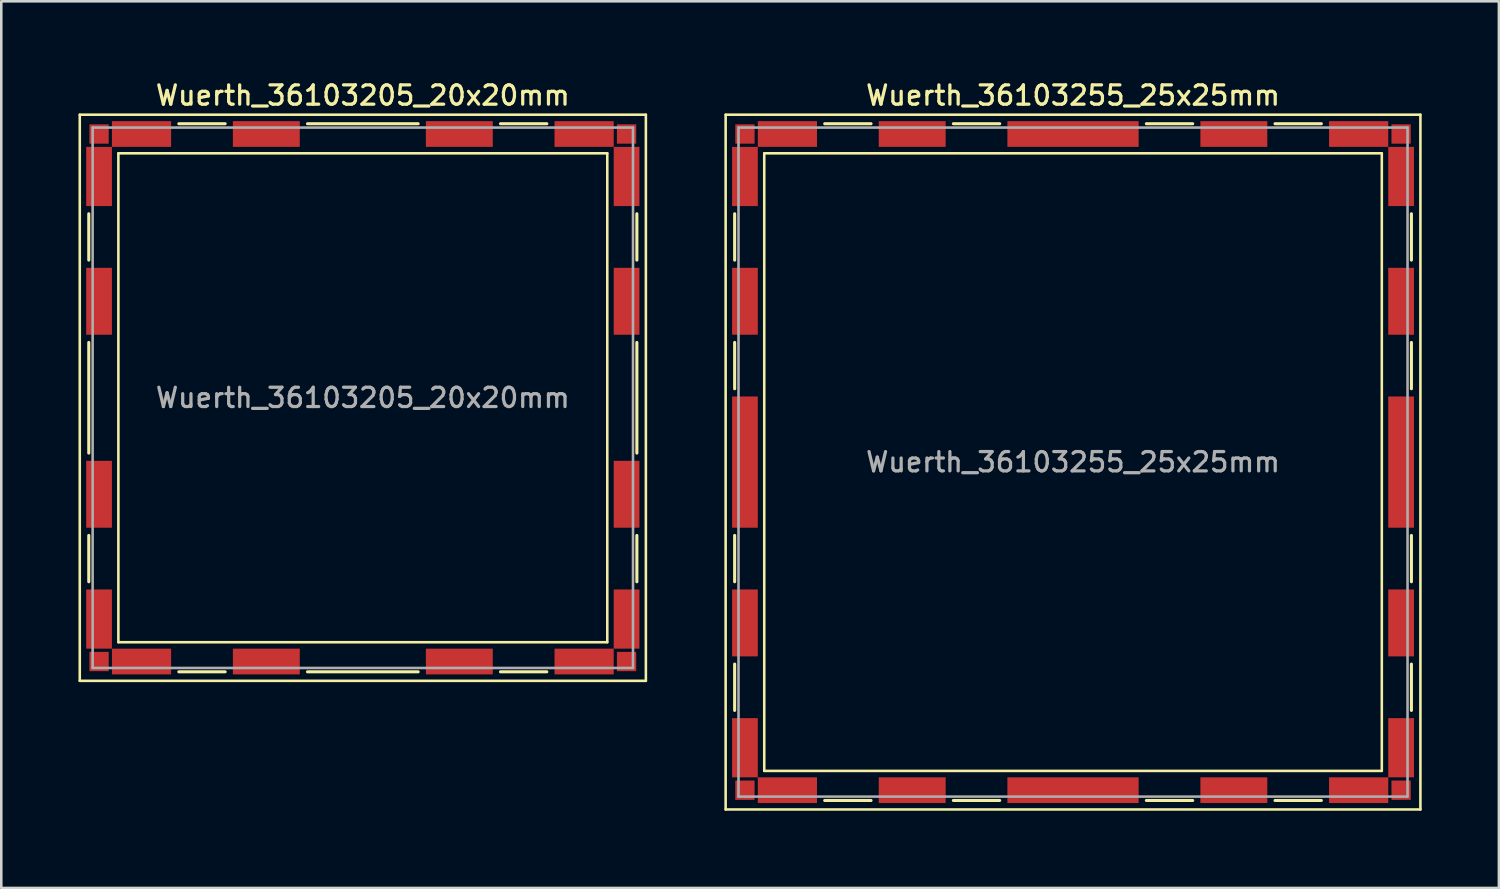
<source format=kicad_pcb>
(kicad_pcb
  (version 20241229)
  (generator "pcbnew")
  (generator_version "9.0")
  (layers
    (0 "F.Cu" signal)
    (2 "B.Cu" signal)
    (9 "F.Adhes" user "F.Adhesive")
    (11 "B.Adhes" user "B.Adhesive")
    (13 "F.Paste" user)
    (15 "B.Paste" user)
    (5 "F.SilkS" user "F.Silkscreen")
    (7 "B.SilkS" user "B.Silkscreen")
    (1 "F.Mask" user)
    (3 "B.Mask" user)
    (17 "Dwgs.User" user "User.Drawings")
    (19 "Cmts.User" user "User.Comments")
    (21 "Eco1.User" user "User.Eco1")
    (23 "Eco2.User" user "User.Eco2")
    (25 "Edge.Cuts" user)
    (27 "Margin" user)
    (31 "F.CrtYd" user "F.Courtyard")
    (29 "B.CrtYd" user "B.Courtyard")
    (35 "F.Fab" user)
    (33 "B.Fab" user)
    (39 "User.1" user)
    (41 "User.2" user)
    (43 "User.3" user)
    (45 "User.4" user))
  (footprint "Wuerth_36103205_20x20mm"
    (layer "F.Cu")
    (at 11.05 12.408)
    (property "Reference" "Wuerth_36103205_20x20mm" (at 0 -11.75 0) (layer "F.SilkS") (effects (font (size 0.75 0.75) (thickness 0.125))))
    (attr smd)
    (fp_line (start -11 -11) (end -11 11) (stroke (width 0.1) (type solid)) (layer "F.SilkS"))
    (fp_line (start -11 11) (end 11 11) (stroke (width 0.1) (type solid)) (layer "F.SilkS"))
    (fp_line (start -10.65 -7.15) (end -10.65 -5.35) (stroke (width 0.12) (type solid)) (layer "F.SilkS"))
    (fp_line (start -10.65 -2.15) (end -10.65 2.15) (stroke (width 0.12) (type solid)) (layer "F.SilkS"))
    (fp_line (start -10.65 5.35) (end -10.65 7.15) (stroke (width 0.12) (type solid)) (layer "F.SilkS"))
    (fp_line (start -9.5 -9.5) (end -9.5 9.5) (stroke (width 0.1) (type solid)) (layer "F.SilkS"))
    (fp_line (start -9.5 9.5) (end 9.5 9.5) (stroke (width 0.1) (type solid)) (layer "F.SilkS"))
    (fp_line (start -7.15 -10.65) (end -5.35 -10.65) (stroke (width 0.12) (type solid)) (layer "F.SilkS"))
    (fp_line (start -7.15 10.65) (end -5.35 10.65) (stroke (width 0.12) (type solid)) (layer "F.SilkS"))
    (fp_line (start -2.15 -10.65) (end 2.15 -10.65) (stroke (width 0.12) (type solid)) (layer "F.SilkS"))
    (fp_line (start -2.15 10.65) (end 2.15 10.65) (stroke (width 0.12) (type solid)) (layer "F.SilkS"))
    (fp_line (start 5.35 -10.65) (end 7.15 -10.65) (stroke (width 0.12) (type solid)) (layer "F.SilkS"))
    (fp_line (start 5.35 10.65) (end 7.15 10.65) (stroke (width 0.12) (type solid)) (layer "F.SilkS"))
    (fp_line (start 9.5 -9.5) (end -9.5 -9.5) (stroke (width 0.1) (type solid)) (layer "F.SilkS"))
    (fp_line (start 9.5 9.5) (end 9.5 -9.5) (stroke (width 0.1) (type solid)) (layer "F.SilkS"))
    (fp_line (start 10.65 -7.15) (end 10.65 -5.35) (stroke (width 0.12) (type solid)) (layer "F.SilkS"))
    (fp_line (start 10.65 -2.15) (end 10.65 2.15) (stroke (width 0.12) (type solid)) (layer "F.SilkS"))
    (fp_line (start 10.65 5.35) (end 10.65 7.15) (stroke (width 0.12) (type solid)) (layer "F.SilkS"))
    (fp_line (start 11 -11) (end -11 -11) (stroke (width 0.1) (type solid)) (layer "F.SilkS"))
    (fp_line (start 11 11) (end 11 -11) (stroke (width 0.1) (type solid)) (layer "F.SilkS"))
    (fp_line (start -10.5 -10.5) (end -10.5 10.5) (stroke (width 0.1) (type solid)) (layer "F.Fab"))
    (fp_line (start -10.5 10.5) (end 10.5 10.5) (stroke (width 0.1) (type solid)) (layer "F.Fab"))
    (fp_line (start 10.5 -10.5) (end -10.5 -10.5) (stroke (width 0.1) (type solid)) (layer "F.Fab"))
    (fp_line (start 10.5 10.5) (end 10.5 -10.5) (stroke (width 0.1) (type solid)) (layer "F.Fab"))
    (fp_text user "${REFERENCE}" (at 0 0 0) (layer "F.Fab") (effects (font (size 0.75 0.75) (thickness 0.125))))
    (pad "1" smd rect (at -10.25 -10.25) (size 0.75 0.75) (layers "F.Cu" "F.Mask" "F.Paste"))
    (pad "1" smd rect (at -10.25 -8.6) (size 1 2.3) (layers "F.Cu" "F.Mask" "F.Paste"))
    (pad "1" smd rect (at -10.25 -3.75) (size 1 2.6) (layers "F.Cu" "F.Mask" "F.Paste"))
    (pad "1" smd rect (at -10.25 3.75) (size 1 2.6) (layers "F.Cu" "F.Mask" "F.Paste"))
    (pad "1" smd rect (at -10.25 8.6) (size 1 2.3) (layers "F.Cu" "F.Mask" "F.Paste"))
    (pad "1" smd rect (at -10.25 10.25) (size 0.75 0.75) (layers "F.Cu" "F.Mask" "F.Paste"))
    (pad "1" smd rect (at -8.6 -10.25) (size 2.3 1) (layers "F.Cu" "F.Mask" "F.Paste"))
    (pad "1" smd rect (at -8.6 10.25) (size 2.3 1) (layers "F.Cu" "F.Mask" "F.Paste"))
    (pad "1" smd rect (at -3.75 -10.25) (size 2.6 1) (layers "F.Cu" "F.Mask" "F.Paste"))
    (pad "1" smd rect (at -3.75 10.25) (size 2.6 1) (layers "F.Cu" "F.Mask" "F.Paste"))
    (pad "1" smd rect (at 3.75 -10.25) (size 2.6 1) (layers "F.Cu" "F.Mask" "F.Paste"))
    (pad "1" smd rect (at 3.75 10.25) (size 2.6 1) (layers "F.Cu" "F.Mask" "F.Paste"))
    (pad "1" smd rect (at 8.6 -10.25) (size 2.3 1) (layers "F.Cu" "F.Mask" "F.Paste"))
    (pad "1" smd rect (at 8.6 10.25) (size 2.3 1) (layers "F.Cu" "F.Mask" "F.Paste"))
    (pad "1" smd rect (at 10.25 -10.25) (size 0.75 0.75) (layers "F.Cu" "F.Mask" "F.Paste"))
    (pad "1" smd rect (at 10.25 -8.6) (size 1 2.3) (layers "F.Cu" "F.Mask" "F.Paste"))
    (pad "1" smd rect (at 10.25 -3.75) (size 1 2.6) (layers "F.Cu" "F.Mask" "F.Paste"))
    (pad "1" smd rect (at 10.25 3.75) (size 1 2.6) (layers "F.Cu" "F.Mask" "F.Paste"))
    (pad "1" smd rect (at 10.25 8.6) (size 1 2.3) (layers "F.Cu" "F.Mask" "F.Paste"))
    (pad "1" smd rect (at 10.25 10.25) (size 0.75 0.75) (layers "F.Cu" "F.Mask" "F.Paste")))
  (footprint "Wuerth_36103255_25x25mm"
    (layer "F.Cu")
    (at 38.65 14.908)
    (property "Reference" "Wuerth_36103255_25x25mm" (at 0 -14.25 0) (layer "F.SilkS") (effects (font (size 0.75 0.75) (thickness 0.125))))
    (attr smd)
    (fp_line (start -13.5 -13.5) (end -13.5 13.5) (stroke (width 0.1) (type solid)) (layer "F.SilkS"))
    (fp_line (start -13.5 13.5) (end 13.5 13.5) (stroke (width 0.1) (type solid)) (layer "F.SilkS"))
    (fp_line (start -13.15 -9.65) (end -13.15 -7.85) (stroke (width 0.12) (type solid)) (layer "F.SilkS"))
    (fp_line (start -13.15 -4.65) (end -13.15 -2.85) (stroke (width 0.12) (type solid)) (layer "F.SilkS"))
    (fp_line (start -13.15 2.85) (end -13.15 4.65) (stroke (width 0.12) (type solid)) (layer "F.SilkS"))
    (fp_line (start -13.15 7.85) (end -13.15 9.65) (stroke (width 0.12) (type solid)) (layer "F.SilkS"))
    (fp_line (start -12 -12) (end -12 12) (stroke (width 0.1) (type solid)) (layer "F.SilkS"))
    (fp_line (start -12 12) (end 12 12) (stroke (width 0.1) (type solid)) (layer "F.SilkS"))
    (fp_line (start -9.65 -13.15) (end -7.85 -13.15) (stroke (width 0.12) (type solid)) (layer "F.SilkS"))
    (fp_line (start -9.65 13.15) (end -7.85 13.15) (stroke (width 0.12) (type solid)) (layer "F.SilkS"))
    (fp_line (start -4.65 -13.15) (end -2.85 -13.15) (stroke (width 0.12) (type solid)) (layer "F.SilkS"))
    (fp_line (start -4.65 13.15) (end -2.85 13.15) (stroke (width 0.12) (type solid)) (layer "F.SilkS"))
    (fp_line (start 2.85 -13.15) (end 4.65 -13.15) (stroke (width 0.12) (type solid)) (layer "F.SilkS"))
    (fp_line (start 2.85 13.15) (end 4.65 13.15) (stroke (width 0.12) (type solid)) (layer "F.SilkS"))
    (fp_line (start 7.85 -13.15) (end 9.65 -13.15) (stroke (width 0.12) (type solid)) (layer "F.SilkS"))
    (fp_line (start 7.85 13.15) (end 9.65 13.15) (stroke (width 0.12) (type solid)) (layer "F.SilkS"))
    (fp_line (start 12 -12) (end -12 -12) (stroke (width 0.1) (type solid)) (layer "F.SilkS"))
    (fp_line (start 12 12) (end 12 -12) (stroke (width 0.1) (type solid)) (layer "F.SilkS"))
    (fp_line (start 13.15 -9.65) (end 13.15 -7.85) (stroke (width 0.12) (type solid)) (layer "F.SilkS"))
    (fp_line (start 13.15 -4.65) (end 13.15 -2.85) (stroke (width 0.12) (type solid)) (layer "F.SilkS"))
    (fp_line (start 13.15 2.85) (end 13.15 4.65) (stroke (width 0.12) (type solid)) (layer "F.SilkS"))
    (fp_line (start 13.15 7.85) (end 13.15 9.65) (stroke (width 0.12) (type solid)) (layer "F.SilkS"))
    (fp_line (start 13.5 -13.5) (end -13.5 -13.5) (stroke (width 0.1) (type solid)) (layer "F.SilkS"))
    (fp_line (start 13.5 13.5) (end 13.5 -13.5) (stroke (width 0.1) (type solid)) (layer "F.SilkS"))
    (fp_line (start -13 -13) (end -13 13) (stroke (width 0.1) (type solid)) (layer "F.Fab"))
    (fp_line (start -13 13) (end 13 13) (stroke (width 0.1) (type solid)) (layer "F.Fab"))
    (fp_line (start 13 -13) (end -13 -13) (stroke (width 0.1) (type solid)) (layer "F.Fab"))
    (fp_line (start 13 13) (end 13 -13) (stroke (width 0.1) (type solid)) (layer "F.Fab"))
    (fp_text user "${REFERENCE}" (at 0 0 0) (layer "F.Fab") (effects (font (size 0.75 0.75) (thickness 0.125))))
    (pad "1" smd rect (at -12.75 -12.75) (size 0.75 0.75) (layers "F.Cu" "F.Mask" "F.Paste"))
    (pad "1" smd rect (at -12.75 -11.1) (size 1 2.3) (layers "F.Cu" "F.Mask" "F.Paste"))
    (pad "1" smd rect (at -12.75 -6.25) (size 1 2.6) (layers "F.Cu" "F.Mask" "F.Paste"))
    (pad "1" smd rect (at -12.75 0) (size 1 5.1) (layers "F.Cu" "F.Mask" "F.Paste"))
    (pad "1" smd rect (at -12.75 6.25) (size 1 2.6) (layers "F.Cu" "F.Mask" "F.Paste"))
    (pad "1" smd rect (at -12.75 11.1) (size 1 2.3) (layers "F.Cu" "F.Mask" "F.Paste"))
    (pad "1" smd rect (at -12.75 12.75) (size 0.75 0.75) (layers "F.Cu" "F.Mask" "F.Paste"))
    (pad "1" smd rect (at -11.1 -12.75) (size 2.3 1) (layers "F.Cu" "F.Mask" "F.Paste"))
    (pad "1" smd rect (at -11.1 12.75) (size 2.3 1) (layers "F.Cu" "F.Mask" "F.Paste"))
    (pad "1" smd rect (at -6.25 -12.75) (size 2.6 1) (layers "F.Cu" "F.Mask" "F.Paste"))
    (pad "1" smd rect (at -6.25 12.75) (size 2.6 1) (layers "F.Cu" "F.Mask" "F.Paste"))
    (pad "1" smd rect (at 0 -12.75) (size 5.1 1) (layers "F.Cu" "F.Mask" "F.Paste"))
    (pad "1" smd rect (at 0 12.75) (size 5.1 1) (layers "F.Cu" "F.Mask" "F.Paste"))
    (pad "1" smd rect (at 6.25 -12.75) (size 2.6 1) (layers "F.Cu" "F.Mask" "F.Paste"))
    (pad "1" smd rect (at 6.25 12.75) (size 2.6 1) (layers "F.Cu" "F.Mask" "F.Paste"))
    (pad "1" smd rect (at 11.1 -12.75) (size 2.3 1) (layers "F.Cu" "F.Mask" "F.Paste"))
    (pad "1" smd rect (at 11.1 12.75) (size 2.3 1) (layers "F.Cu" "F.Mask" "F.Paste"))
    (pad "1" smd rect (at 12.75 -12.75) (size 0.75 0.75) (layers "F.Cu" "F.Mask" "F.Paste"))
    (pad "1" smd rect (at 12.75 -11.1) (size 1 2.3) (layers "F.Cu" "F.Mask" "F.Paste"))
    (pad "1" smd rect (at 12.75 -6.25) (size 1 2.6) (layers "F.Cu" "F.Mask" "F.Paste"))
    (pad "1" smd rect (at 12.75 0) (size 1 5.1) (layers "F.Cu" "F.Mask" "F.Paste"))
    (pad "1" smd rect (at 12.75 6.25) (size 1 2.6) (layers "F.Cu" "F.Mask" "F.Paste"))
    (pad "1" smd rect (at 12.75 11.1) (size 1 2.3) (layers "F.Cu" "F.Mask" "F.Paste"))
    (pad "1" smd rect (at 12.75 12.75) (size 0.75 0.75) (layers "F.Cu" "F.Mask" "F.Paste")))
  (gr_rect
    (start -3 -3)
    (end 55.2 31.458)
    (stroke (width 0.1) (type default))
    (fill no)
    (layer "Edge.Cuts")))
</source>
